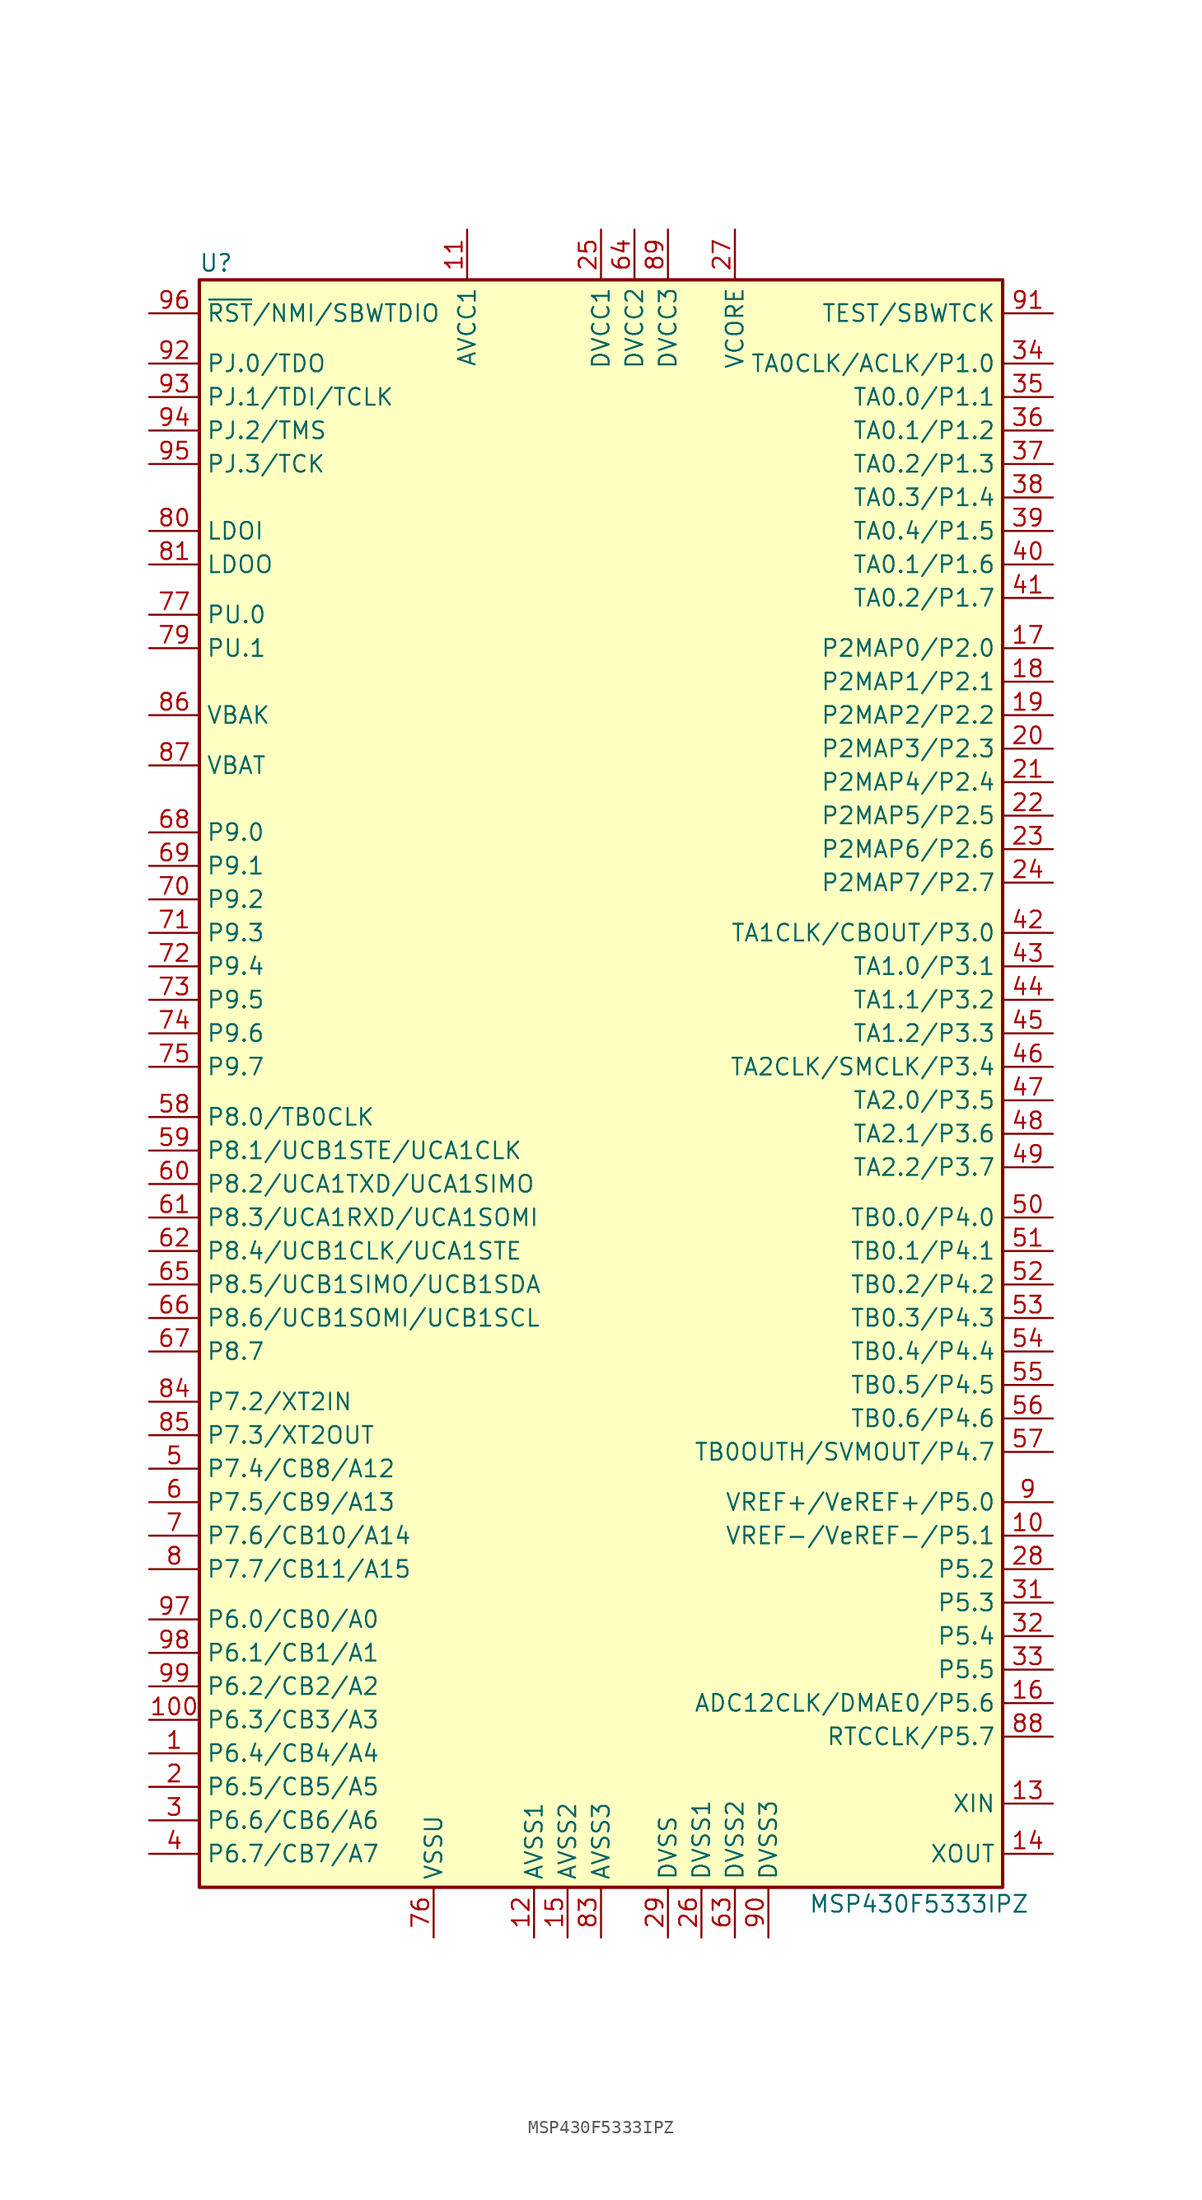
<source format=kicad_sym>
(kicad_symbol_lib
  (version 20241209)
  (generator "kicad_symbol_editor")
  (generator_version "9.0")
  (symbol "MSP430F5333IPZ"
    (property "Reference" "U"
      (at -29.21 60.96 0)
      (effects (font (size 1.27 1.27))))
    (property "Value" "MSP430F5333IPZ"
      (at 24.13 -63.5 0)
      (effects (font (size 1.27 1.27))))
    (symbol "MSP430F5333IPZ_0_1"
      (rectangle (start -30.48 59.69) (end 30.48 -62.23) (stroke (width 0.254) (type default)) (fill (type background))))
    (symbol "MSP430F5333IPZ_1_1"
      (pin input line (at -34.29 57.15 0) (length 3.81) (name "~{RST}/NMI/SBWTDIO" (effects (font (size 1.27 1.27)))) (number "96" (effects (font (size 1.27 1.27)))))
      (pin bidirectional line (at -34.29 53.34 0) (length 3.81) (name "PJ.0/TDO" (effects (font (size 1.27 1.27)))) (number "92" (effects (font (size 1.27 1.27)))))
      (pin bidirectional line (at -34.29 50.8 0) (length 3.81) (name "PJ.1/TDI/TCLK" (effects (font (size 1.27 1.27)))) (number "93" (effects (font (size 1.27 1.27)))))
      (pin bidirectional line (at -34.29 48.26 0) (length 3.81) (name "PJ.2/TMS" (effects (font (size 1.27 1.27)))) (number "94" (effects (font (size 1.27 1.27)))))
      (pin bidirectional line (at -34.29 45.72 0) (length 3.81) (name "PJ.3/TCK" (effects (font (size 1.27 1.27)))) (number "95" (effects (font (size 1.27 1.27)))))
      (pin bidirectional line (at -34.29 40.64 0) (length 3.81) (name "LDOI" (effects (font (size 1.27 1.27)))) (number "80" (effects (font (size 1.27 1.27)))))
      (pin bidirectional line (at -34.29 38.1 0) (length 3.81) (name "LDOO" (effects (font (size 1.27 1.27)))) (number "81" (effects (font (size 1.27 1.27)))))
      (pin bidirectional line (at -34.29 34.29 0) (length 3.81) (name "PU.0" (effects (font (size 1.27 1.27)))) (number "77" (effects (font (size 1.27 1.27)))))
      (pin bidirectional line (at -34.29 31.75 0) (length 3.81) (name "PU.1" (effects (font (size 1.27 1.27)))) (number "79" (effects (font (size 1.27 1.27)))))
      (pin bidirectional line (at -34.29 26.67 0) (length 3.81) (name "VBAK" (effects (font (size 1.27 1.27)))) (number "86" (effects (font (size 1.27 1.27)))))
      (pin bidirectional line (at -34.29 22.86 0) (length 3.81) (name "VBAT" (effects (font (size 1.27 1.27)))) (number "87" (effects (font (size 1.27 1.27)))))
      (pin bidirectional line (at -34.29 17.78 0) (length 3.81) (name "P9.0" (effects (font (size 1.27 1.27)))) (number "68" (effects (font (size 1.27 1.27)))))
      (pin bidirectional line (at -34.29 15.24 0) (length 3.81) (name "P9.1" (effects (font (size 1.27 1.27)))) (number "69" (effects (font (size 1.27 1.27)))))
      (pin bidirectional line (at -34.29 12.7 0) (length 3.81) (name "P9.2" (effects (font (size 1.27 1.27)))) (number "70" (effects (font (size 1.27 1.27)))))
      (pin bidirectional line (at -34.29 10.16 0) (length 3.81) (name "P9.3" (effects (font (size 1.27 1.27)))) (number "71" (effects (font (size 1.27 1.27)))))
      (pin bidirectional line (at -34.29 7.62 0) (length 3.81) (name "P9.4" (effects (font (size 1.27 1.27)))) (number "72" (effects (font (size 1.27 1.27)))))
      (pin bidirectional line (at -34.29 5.08 0) (length 3.81) (name "P9.5" (effects (font (size 1.27 1.27)))) (number "73" (effects (font (size 1.27 1.27)))))
      (pin bidirectional line (at -34.29 2.54 0) (length 3.81) (name "P9.6" (effects (font (size 1.27 1.27)))) (number "74" (effects (font (size 1.27 1.27)))))
      (pin bidirectional line (at -34.29 0 0) (length 3.81) (name "P9.7" (effects (font (size 1.27 1.27)))) (number "75" (effects (font (size 1.27 1.27)))))
      (pin bidirectional line (at -34.29 -3.81 0) (length 3.81) (name "P8.0/TB0CLK" (effects (font (size 1.27 1.27)))) (number "58" (effects (font (size 1.27 1.27)))))
      (pin bidirectional line (at -34.29 -6.35 0) (length 3.81) (name "P8.1/UCB1STE/UCA1CLK" (effects (font (size 1.27 1.27)))) (number "59" (effects (font (size 1.27 1.27)))))
      (pin bidirectional line (at -34.29 -8.89 0) (length 3.81) (name "P8.2/UCA1TXD/UCA1SIMO" (effects (font (size 1.27 1.27)))) (number "60" (effects (font (size 1.27 1.27)))))
      (pin bidirectional line (at -34.29 -11.43 0) (length 3.81) (name "P8.3/UCA1RXD/UCA1SOMI" (effects (font (size 1.27 1.27)))) (number "61" (effects (font (size 1.27 1.27)))))
      (pin bidirectional line (at -34.29 -13.97 0) (length 3.81) (name "P8.4/UCB1CLK/UCA1STE" (effects (font (size 1.27 1.27)))) (number "62" (effects (font (size 1.27 1.27)))))
      (pin bidirectional line (at -34.29 -16.51 0) (length 3.81) (name "P8.5/UCB1SIMO/UCB1SDA" (effects (font (size 1.27 1.27)))) (number "65" (effects (font (size 1.27 1.27)))))
      (pin bidirectional line (at -34.29 -19.05 0) (length 3.81) (name "P8.6/UCB1SOMI/UCB1SCL" (effects (font (size 1.27 1.27)))) (number "66" (effects (font (size 1.27 1.27)))))
      (pin bidirectional line (at -34.29 -21.59 0) (length 3.81) (name "P8.7" (effects (font (size 1.27 1.27)))) (number "67" (effects (font (size 1.27 1.27)))))
      (pin bidirectional line (at -34.29 -25.4 0) (length 3.81) (name "P7.2/XT2IN" (effects (font (size 1.27 1.27)))) (number "84" (effects (font (size 1.27 1.27)))))
      (pin bidirectional line (at -34.29 -27.94 0) (length 3.81) (name "P7.3/XT2OUT" (effects (font (size 1.27 1.27)))) (number "85" (effects (font (size 1.27 1.27)))))
      (pin bidirectional line (at -34.29 -30.48 0) (length 3.81) (name "P7.4/CB8/A12" (effects (font (size 1.27 1.27)))) (number "5" (effects (font (size 1.27 1.27)))))
      (pin bidirectional line (at -34.29 -33.02 0) (length 3.81) (name "P7.5/CB9/A13" (effects (font (size 1.27 1.27)))) (number "6" (effects (font (size 1.27 1.27)))))
      (pin bidirectional line (at -34.29 -35.56 0) (length 3.81) (name "P7.6/CB10/A14" (effects (font (size 1.27 1.27)))) (number "7" (effects (font (size 1.27 1.27)))))
      (pin bidirectional line (at -34.29 -38.1 0) (length 3.81) (name "P7.7/CB11/A15" (effects (font (size 1.27 1.27)))) (number "8" (effects (font (size 1.27 1.27)))))
      (pin bidirectional line (at -34.29 -41.91 0) (length 3.81) (name "P6.0/CB0/A0" (effects (font (size 1.27 1.27)))) (number "97" (effects (font (size 1.27 1.27)))))
      (pin bidirectional line (at -34.29 -44.45 0) (length 3.81) (name "P6.1/CB1/A1" (effects (font (size 1.27 1.27)))) (number "98" (effects (font (size 1.27 1.27)))))
      (pin bidirectional line (at -34.29 -46.99 0) (length 3.81) (name "P6.2/CB2/A2" (effects (font (size 1.27 1.27)))) (number "99" (effects (font (size 1.27 1.27)))))
      (pin bidirectional line (at -34.29 -49.53 0) (length 3.81) (name "P6.3/CB3/A3" (effects (font (size 1.27 1.27)))) (number "100" (effects (font (size 1.27 1.27)))))
      (pin bidirectional line (at -34.29 -52.07 0) (length 3.81) (name "P6.4/CB4/A4" (effects (font (size 1.27 1.27)))) (number "1" (effects (font (size 1.27 1.27)))))
      (pin bidirectional line (at -34.29 -54.61 0) (length 3.81) (name "P6.5/CB5/A5" (effects (font (size 1.27 1.27)))) (number "2" (effects (font (size 1.27 1.27)))))
      (pin bidirectional line (at -34.29 -57.15 0) (length 3.81) (name "P6.6/CB6/A6" (effects (font (size 1.27 1.27)))) (number "3" (effects (font (size 1.27 1.27)))))
      (pin bidirectional line (at -34.29 -59.69 0) (length 3.81) (name "P6.7/CB7/A7" (effects (font (size 1.27 1.27)))) (number "4" (effects (font (size 1.27 1.27)))))
      (pin power_in line (at -12.7 -66.04 90) (length 3.81) (name "VSSU" (effects (font (size 1.27 1.27)))) (number "76" (effects (font (size 1.27 1.27)))))
      (pin power_in line (at -10.16 63.5 270) (length 3.81) (name "AVCC1" (effects (font (size 1.27 1.27)))) (number "11" (effects (font (size 1.27 1.27)))))
      (pin power_in line (at -5.08 -66.04 90) (length 3.81) (name "AVSS1" (effects (font (size 1.27 1.27)))) (number "12" (effects (font (size 1.27 1.27)))))
      (pin power_in line (at -2.54 -66.04 90) (length 3.81) (name "AVSS2" (effects (font (size 1.27 1.27)))) (number "15" (effects (font (size 1.27 1.27)))))
      (pin power_in line (at 0 63.5 270) (length 3.81) (name "DVCC1" (effects (font (size 1.27 1.27)))) (number "25" (effects (font (size 1.27 1.27)))))
      (pin power_in line (at 0 -66.04 90) (length 3.81) (name "AVSS3" (effects (font (size 1.27 1.27)))) (number "83" (effects (font (size 1.27 1.27)))))
      (pin power_in line (at 2.54 63.5 270) (length 3.81) (name "DVCC2" (effects (font (size 1.27 1.27)))) (number "64" (effects (font (size 1.27 1.27)))))
      (pin power_in line (at 5.08 63.5 270) (length 3.81) (name "DVCC3" (effects (font (size 1.27 1.27)))) (number "89" (effects (font (size 1.27 1.27)))))
      (pin power_in line (at 5.08 -66.04 90) (length 3.81) (name "DVSS" (effects (font (size 1.27 1.27)))) (number "29" (effects (font (size 1.27 1.27)))))
      (pin power_in line (at 7.62 -66.04 90) (length 3.81) (name "DVSS1" (effects (font (size 1.27 1.27)))) (number "26" (effects (font (size 1.27 1.27)))))
      (pin bidirectional line (at 10.16 63.5 270) (length 3.81) (name "VCORE" (effects (font (size 1.27 1.27)))) (number "27" (effects (font (size 1.27 1.27)))))
      (pin power_in line (at 10.16 -66.04 90) (length 3.81) (name "DVSS2" (effects (font (size 1.27 1.27)))) (number "63" (effects (font (size 1.27 1.27)))))
      (pin power_in line (at 12.7 -66.04 90) (length 3.81) (name "DVSS3" (effects (font (size 1.27 1.27)))) (number "90" (effects (font (size 1.27 1.27)))))
      (pin input line (at 34.29 57.15 180) (length 3.81) (name "TEST/SBWTCK" (effects (font (size 1.27 1.27)))) (number "91" (effects (font (size 1.27 1.27)))))
      (pin bidirectional line (at 34.29 53.34 180) (length 3.81) (name "TA0CLK/ACLK/P1.0" (effects (font (size 1.27 1.27)))) (number "34" (effects (font (size 1.27 1.27)))))
      (pin bidirectional line (at 34.29 50.8 180) (length 3.81) (name "TA0.0/P1.1" (effects (font (size 1.27 1.27)))) (number "35" (effects (font (size 1.27 1.27)))))
      (pin bidirectional line (at 34.29 48.26 180) (length 3.81) (name "TA0.1/P1.2" (effects (font (size 1.27 1.27)))) (number "36" (effects (font (size 1.27 1.27)))))
      (pin bidirectional line (at 34.29 45.72 180) (length 3.81) (name "TA0.2/P1.3" (effects (font (size 1.27 1.27)))) (number "37" (effects (font (size 1.27 1.27)))))
      (pin bidirectional line (at 34.29 43.18 180) (length 3.81) (name "TA0.3/P1.4" (effects (font (size 1.27 1.27)))) (number "38" (effects (font (size 1.27 1.27)))))
      (pin bidirectional line (at 34.29 40.64 180) (length 3.81) (name "TA0.4/P1.5" (effects (font (size 1.27 1.27)))) (number "39" (effects (font (size 1.27 1.27)))))
      (pin bidirectional line (at 34.29 38.1 180) (length 3.81) (name "TA0.1/P1.6" (effects (font (size 1.27 1.27)))) (number "40" (effects (font (size 1.27 1.27)))))
      (pin bidirectional line (at 34.29 35.56 180) (length 3.81) (name "TA0.2/P1.7" (effects (font (size 1.27 1.27)))) (number "41" (effects (font (size 1.27 1.27)))))
      (pin bidirectional line (at 34.29 31.75 180) (length 3.81) (name "P2MAP0/P2.0" (effects (font (size 1.27 1.27)))) (number "17" (effects (font (size 1.27 1.27)))))
      (pin bidirectional line (at 34.29 29.21 180) (length 3.81) (name "P2MAP1/P2.1" (effects (font (size 1.27 1.27)))) (number "18" (effects (font (size 1.27 1.27)))))
      (pin bidirectional line (at 34.29 26.67 180) (length 3.81) (name "P2MAP2/P2.2" (effects (font (size 1.27 1.27)))) (number "19" (effects (font (size 1.27 1.27)))))
      (pin bidirectional line (at 34.29 24.13 180) (length 3.81) (name "P2MAP3/P2.3" (effects (font (size 1.27 1.27)))) (number "20" (effects (font (size 1.27 1.27)))))
      (pin bidirectional line (at 34.29 21.59 180) (length 3.81) (name "P2MAP4/P2.4" (effects (font (size 1.27 1.27)))) (number "21" (effects (font (size 1.27 1.27)))))
      (pin bidirectional line (at 34.29 19.05 180) (length 3.81) (name "P2MAP5/P2.5" (effects (font (size 1.27 1.27)))) (number "22" (effects (font (size 1.27 1.27)))))
      (pin bidirectional line (at 34.29 16.51 180) (length 3.81) (name "P2MAP6/P2.6" (effects (font (size 1.27 1.27)))) (number "23" (effects (font (size 1.27 1.27)))))
      (pin bidirectional line (at 34.29 13.97 180) (length 3.81) (name "P2MAP7/P2.7" (effects (font (size 1.27 1.27)))) (number "24" (effects (font (size 1.27 1.27)))))
      (pin bidirectional line (at 34.29 10.16 180) (length 3.81) (name "TA1CLK/CBOUT/P3.0" (effects (font (size 1.27 1.27)))) (number "42" (effects (font (size 1.27 1.27)))))
      (pin bidirectional line (at 34.29 7.62 180) (length 3.81) (name "TA1.0/P3.1" (effects (font (size 1.27 1.27)))) (number "43" (effects (font (size 1.27 1.27)))))
      (pin bidirectional line (at 34.29 5.08 180) (length 3.81) (name "TA1.1/P3.2" (effects (font (size 1.27 1.27)))) (number "44" (effects (font (size 1.27 1.27)))))
      (pin bidirectional line (at 34.29 2.54 180) (length 3.81) (name "TA1.2/P3.3" (effects (font (size 1.27 1.27)))) (number "45" (effects (font (size 1.27 1.27)))))
      (pin bidirectional line (at 34.29 0 180) (length 3.81) (name "TA2CLK/SMCLK/P3.4" (effects (font (size 1.27 1.27)))) (number "46" (effects (font (size 1.27 1.27)))))
      (pin bidirectional line (at 34.29 -2.54 180) (length 3.81) (name "TA2.0/P3.5" (effects (font (size 1.27 1.27)))) (number "47" (effects (font (size 1.27 1.27)))))
      (pin bidirectional line (at 34.29 -5.08 180) (length 3.81) (name "TA2.1/P3.6" (effects (font (size 1.27 1.27)))) (number "48" (effects (font (size 1.27 1.27)))))
      (pin bidirectional line (at 34.29 -7.62 180) (length 3.81) (name "TA2.2/P3.7" (effects (font (size 1.27 1.27)))) (number "49" (effects (font (size 1.27 1.27)))))
      (pin bidirectional line (at 34.29 -11.43 180) (length 3.81) (name "TB0.0/P4.0" (effects (font (size 1.27 1.27)))) (number "50" (effects (font (size 1.27 1.27)))))
      (pin bidirectional line (at 34.29 -13.97 180) (length 3.81) (name "TB0.1/P4.1" (effects (font (size 1.27 1.27)))) (number "51" (effects (font (size 1.27 1.27)))))
      (pin bidirectional line (at 34.29 -16.51 180) (length 3.81) (name "TB0.2/P4.2" (effects (font (size 1.27 1.27)))) (number "52" (effects (font (size 1.27 1.27)))))
      (pin bidirectional line (at 34.29 -19.05 180) (length 3.81) (name "TB0.3/P4.3" (effects (font (size 1.27 1.27)))) (number "53" (effects (font (size 1.27 1.27)))))
      (pin bidirectional line (at 34.29 -21.59 180) (length 3.81) (name "TB0.4/P4.4" (effects (font (size 1.27 1.27)))) (number "54" (effects (font (size 1.27 1.27)))))
      (pin bidirectional line (at 34.29 -24.13 180) (length 3.81) (name "TB0.5/P4.5" (effects (font (size 1.27 1.27)))) (number "55" (effects (font (size 1.27 1.27)))))
      (pin bidirectional line (at 34.29 -26.67 180) (length 3.81) (name "TB0.6/P4.6" (effects (font (size 1.27 1.27)))) (number "56" (effects (font (size 1.27 1.27)))))
      (pin bidirectional line (at 34.29 -29.21 180) (length 3.81) (name "TB0OUTH/SVMOUT/P4.7" (effects (font (size 1.27 1.27)))) (number "57" (effects (font (size 1.27 1.27)))))
      (pin bidirectional line (at 34.29 -33.02 180) (length 3.81) (name "VREF+/VeREF+/P5.0" (effects (font (size 1.27 1.27)))) (number "9" (effects (font (size 1.27 1.27)))))
      (pin bidirectional line (at 34.29 -35.56 180) (length 3.81) (name "VREF-/VeREF-/P5.1" (effects (font (size 1.27 1.27)))) (number "10" (effects (font (size 1.27 1.27)))))
      (pin bidirectional line (at 34.29 -38.1 180) (length 3.81) (name "P5.2" (effects (font (size 1.27 1.27)))) (number "28" (effects (font (size 1.27 1.27)))))
      (pin bidirectional line (at 34.29 -40.64 180) (length 3.81) (name "P5.3" (effects (font (size 1.27 1.27)))) (number "31" (effects (font (size 1.27 1.27)))))
      (pin bidirectional line (at 34.29 -43.18 180) (length 3.81) (name "P5.4" (effects (font (size 1.27 1.27)))) (number "32" (effects (font (size 1.27 1.27)))))
      (pin bidirectional line (at 34.29 -45.72 180) (length 3.81) (name "P5.5" (effects (font (size 1.27 1.27)))) (number "33" (effects (font (size 1.27 1.27)))))
      (pin bidirectional line (at 34.29 -48.26 180) (length 3.81) (name "ADC12CLK/DMAE0/P5.6" (effects (font (size 1.27 1.27)))) (number "16" (effects (font (size 1.27 1.27)))))
      (pin bidirectional line (at 34.29 -50.8 180) (length 3.81) (name "RTCCLK/P5.7" (effects (font (size 1.27 1.27)))) (number "88" (effects (font (size 1.27 1.27)))))
      (pin bidirectional line (at 34.29 -55.88 180) (length 3.81) (name "XIN" (effects (font (size 1.27 1.27)))) (number "13" (effects (font (size 1.27 1.27)))))
      (pin bidirectional line (at 34.29 -59.69 180) (length 3.81) (name "XOUT" (effects (font (size 1.27 1.27)))) (number "14" (effects (font (size 1.27 1.27))))))))
</source>
